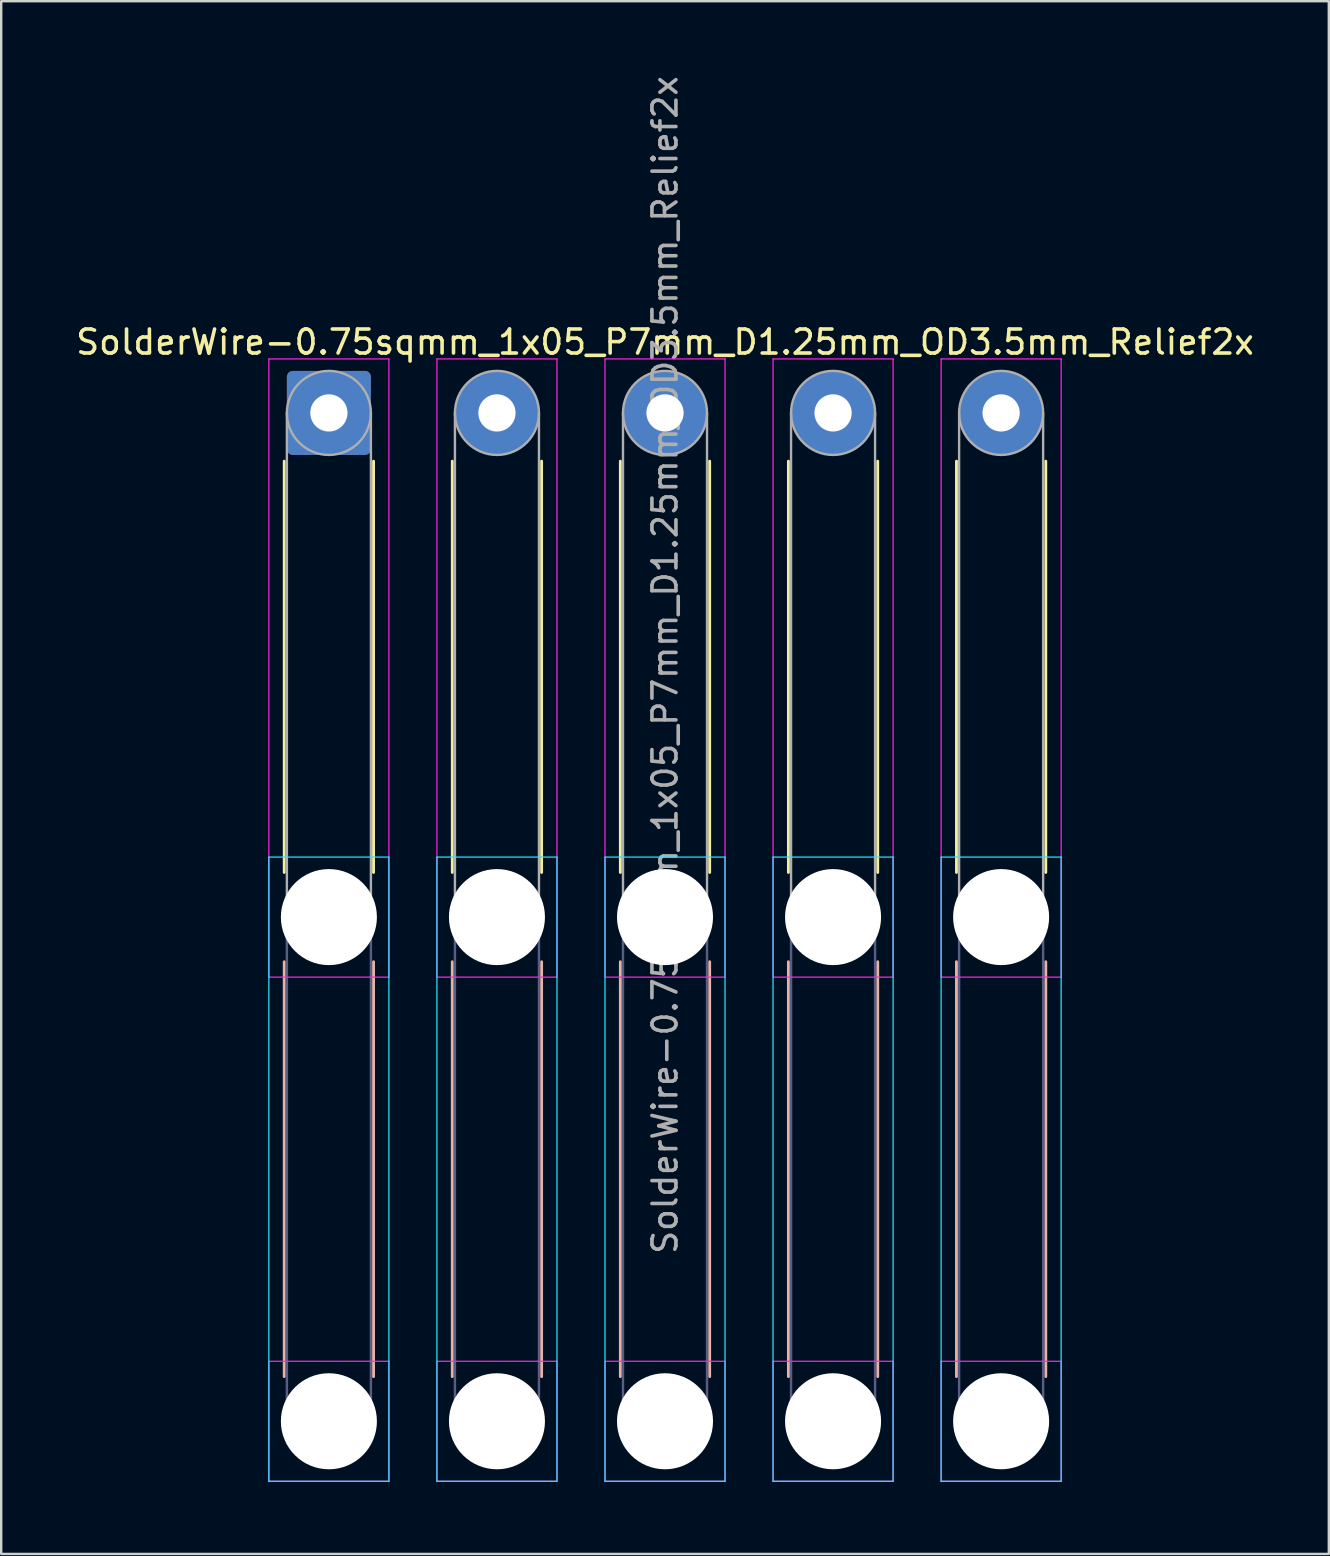
<source format=kicad_pcb>
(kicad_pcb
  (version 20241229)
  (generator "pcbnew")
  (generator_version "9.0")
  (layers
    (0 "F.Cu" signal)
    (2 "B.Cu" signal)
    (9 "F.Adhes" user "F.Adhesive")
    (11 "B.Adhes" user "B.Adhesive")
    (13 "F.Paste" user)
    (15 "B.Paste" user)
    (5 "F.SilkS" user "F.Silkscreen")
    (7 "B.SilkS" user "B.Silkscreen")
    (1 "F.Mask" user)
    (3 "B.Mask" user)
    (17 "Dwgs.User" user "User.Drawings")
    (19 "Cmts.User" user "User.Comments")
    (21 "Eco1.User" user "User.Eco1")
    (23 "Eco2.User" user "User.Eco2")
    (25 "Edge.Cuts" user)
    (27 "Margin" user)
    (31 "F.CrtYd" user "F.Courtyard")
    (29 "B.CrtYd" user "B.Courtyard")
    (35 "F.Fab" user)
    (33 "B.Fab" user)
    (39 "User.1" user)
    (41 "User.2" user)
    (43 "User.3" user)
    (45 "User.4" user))
  (footprint "SolderWire-0.75sqmm_1x05_P7mm_D1.25mm_OD3.5mm_Relief2x"
    (layer "F.Cu")
    (at 10.649 14.149)
    (property "Reference" "SolderWire-0.75sqmm_1x05_P7mm_D1.25mm_OD3.5mm_Relief2x" (at 14 -2.95 0) (layer "F.SilkS") (effects (font (size 1 1) (thickness 0.15))))
    (attr exclude_from_pos_files exclude_from_bom)
    (fp_line (start -1.86 2.01) (end -1.86 19.14) (stroke (width 0.12) (type solid)) (layer "F.SilkS"))
    (fp_line (start 1.86 2.01) (end 1.86 19.14) (stroke (width 0.12) (type solid)) (layer "F.SilkS"))
    (fp_line (start 5.14 2.01) (end 5.14 19.14) (stroke (width 0.12) (type solid)) (layer "F.SilkS"))
    (fp_line (start 8.86 2.01) (end 8.86 19.14) (stroke (width 0.12) (type solid)) (layer "F.SilkS"))
    (fp_line (start 12.14 2.01) (end 12.14 19.14) (stroke (width 0.12) (type solid)) (layer "F.SilkS"))
    (fp_line (start 15.86 2.01) (end 15.86 19.14) (stroke (width 0.12) (type solid)) (layer "F.SilkS"))
    (fp_line (start 19.14 2.01) (end 19.14 19.14) (stroke (width 0.12) (type solid)) (layer "F.SilkS"))
    (fp_line (start 22.86 2.01) (end 22.86 19.14) (stroke (width 0.12) (type solid)) (layer "F.SilkS"))
    (fp_line (start 26.14 2.01) (end 26.14 19.14) (stroke (width 0.12) (type solid)) (layer "F.SilkS"))
    (fp_line (start 29.86 2.01) (end 29.86 19.14) (stroke (width 0.12) (type solid)) (layer "F.SilkS"))
    (fp_line (start -1.86 22.86) (end -1.86 40.14) (stroke (width 0.12) (type solid)) (layer "B.SilkS"))
    (fp_line (start 1.86 22.86) (end 1.86 40.14) (stroke (width 0.12) (type solid)) (layer "B.SilkS"))
    (fp_line (start 5.14 22.86) (end 5.14 40.14) (stroke (width 0.12) (type solid)) (layer "B.SilkS"))
    (fp_line (start 8.86 22.86) (end 8.86 40.14) (stroke (width 0.12) (type solid)) (layer "B.SilkS"))
    (fp_line (start 12.14 22.86) (end 12.14 40.14) (stroke (width 0.12) (type solid)) (layer "B.SilkS"))
    (fp_line (start 15.86 22.86) (end 15.86 40.14) (stroke (width 0.12) (type solid)) (layer "B.SilkS"))
    (fp_line (start 19.14 22.86) (end 19.14 40.14) (stroke (width 0.12) (type solid)) (layer "B.SilkS"))
    (fp_line (start 22.86 22.86) (end 22.86 40.14) (stroke (width 0.12) (type solid)) (layer "B.SilkS"))
    (fp_line (start 26.14 22.86) (end 26.14 40.14) (stroke (width 0.12) (type solid)) (layer "B.SilkS"))
    (fp_line (start 29.86 22.86) (end 29.86 40.14) (stroke (width 0.12) (type solid)) (layer "B.SilkS"))
    (fp_line (start -2.5 18.5) (end -2.5 44.5) (stroke (width 0.05) (type solid)) (layer "B.CrtYd"))
    (fp_line (start -2.5 44.5) (end 2.5 44.5) (stroke (width 0.05) (type solid)) (layer "B.CrtYd"))
    (fp_line (start 2.5 18.5) (end -2.5 18.5) (stroke (width 0.05) (type solid)) (layer "B.CrtYd"))
    (fp_line (start 2.5 44.5) (end 2.5 18.5) (stroke (width 0.05) (type solid)) (layer "B.CrtYd"))
    (fp_line (start 4.5 18.5) (end 4.5 44.5) (stroke (width 0.05) (type solid)) (layer "B.CrtYd"))
    (fp_line (start 4.5 44.5) (end 9.5 44.5) (stroke (width 0.05) (type solid)) (layer "B.CrtYd"))
    (fp_line (start 9.5 18.5) (end 4.5 18.5) (stroke (width 0.05) (type solid)) (layer "B.CrtYd"))
    (fp_line (start 9.5 44.5) (end 9.5 18.5) (stroke (width 0.05) (type solid)) (layer "B.CrtYd"))
    (fp_line (start 11.5 18.5) (end 11.5 44.5) (stroke (width 0.05) (type solid)) (layer "B.CrtYd"))
    (fp_line (start 11.5 44.5) (end 16.5 44.5) (stroke (width 0.05) (type solid)) (layer "B.CrtYd"))
    (fp_line (start 16.5 18.5) (end 11.5 18.5) (stroke (width 0.05) (type solid)) (layer "B.CrtYd"))
    (fp_line (start 16.5 44.5) (end 16.5 18.5) (stroke (width 0.05) (type solid)) (layer "B.CrtYd"))
    (fp_line (start 18.5 18.5) (end 18.5 44.5) (stroke (width 0.05) (type solid)) (layer "B.CrtYd"))
    (fp_line (start 18.5 44.5) (end 23.5 44.5) (stroke (width 0.05) (type solid)) (layer "B.CrtYd"))
    (fp_line (start 23.5 18.5) (end 18.5 18.5) (stroke (width 0.05) (type solid)) (layer "B.CrtYd"))
    (fp_line (start 23.5 44.5) (end 23.5 18.5) (stroke (width 0.05) (type solid)) (layer "B.CrtYd"))
    (fp_line (start 25.5 18.5) (end 25.5 44.5) (stroke (width 0.05) (type solid)) (layer "B.CrtYd"))
    (fp_line (start 25.5 44.5) (end 30.5 44.5) (stroke (width 0.05) (type solid)) (layer "B.CrtYd"))
    (fp_line (start 30.5 18.5) (end 25.5 18.5) (stroke (width 0.05) (type solid)) (layer "B.CrtYd"))
    (fp_line (start 30.5 44.5) (end 30.5 18.5) (stroke (width 0.05) (type solid)) (layer "B.CrtYd"))
    (fp_line (start -2.5 -2.25) (end -2.5 23.5) (stroke (width 0.05) (type solid)) (layer "F.CrtYd"))
    (fp_line (start -2.5 23.5) (end 2.5 23.5) (stroke (width 0.05) (type solid)) (layer "F.CrtYd"))
    (fp_line (start -2.5 39.5) (end -2.5 44.5) (stroke (width 0.05) (type solid)) (layer "F.CrtYd"))
    (fp_line (start -2.5 44.5) (end 2.5 44.5) (stroke (width 0.05) (type solid)) (layer "F.CrtYd"))
    (fp_line (start 2.5 -2.25) (end -2.5 -2.25) (stroke (width 0.05) (type solid)) (layer "F.CrtYd"))
    (fp_line (start 2.5 23.5) (end 2.5 -2.25) (stroke (width 0.05) (type solid)) (layer "F.CrtYd"))
    (fp_line (start 2.5 39.5) (end -2.5 39.5) (stroke (width 0.05) (type solid)) (layer "F.CrtYd"))
    (fp_line (start 2.5 44.5) (end 2.5 39.5) (stroke (width 0.05) (type solid)) (layer "F.CrtYd"))
    (fp_line (start 4.5 -2.25) (end 4.5 23.5) (stroke (width 0.05) (type solid)) (layer "F.CrtYd"))
    (fp_line (start 4.5 23.5) (end 9.5 23.5) (stroke (width 0.05) (type solid)) (layer "F.CrtYd"))
    (fp_line (start 4.5 39.5) (end 4.5 44.5) (stroke (width 0.05) (type solid)) (layer "F.CrtYd"))
    (fp_line (start 4.5 44.5) (end 9.5 44.5) (stroke (width 0.05) (type solid)) (layer "F.CrtYd"))
    (fp_line (start 9.5 -2.25) (end 4.5 -2.25) (stroke (width 0.05) (type solid)) (layer "F.CrtYd"))
    (fp_line (start 9.5 23.5) (end 9.5 -2.25) (stroke (width 0.05) (type solid)) (layer "F.CrtYd"))
    (fp_line (start 9.5 39.5) (end 4.5 39.5) (stroke (width 0.05) (type solid)) (layer "F.CrtYd"))
    (fp_line (start 9.5 44.5) (end 9.5 39.5) (stroke (width 0.05) (type solid)) (layer "F.CrtYd"))
    (fp_line (start 11.5 -2.25) (end 11.5 23.5) (stroke (width 0.05) (type solid)) (layer "F.CrtYd"))
    (fp_line (start 11.5 23.5) (end 16.5 23.5) (stroke (width 0.05) (type solid)) (layer "F.CrtYd"))
    (fp_line (start 11.5 39.5) (end 11.5 44.5) (stroke (width 0.05) (type solid)) (layer "F.CrtYd"))
    (fp_line (start 11.5 44.5) (end 16.5 44.5) (stroke (width 0.05) (type solid)) (layer "F.CrtYd"))
    (fp_line (start 16.5 -2.25) (end 11.5 -2.25) (stroke (width 0.05) (type solid)) (layer "F.CrtYd"))
    (fp_line (start 16.5 23.5) (end 16.5 -2.25) (stroke (width 0.05) (type solid)) (layer "F.CrtYd"))
    (fp_line (start 16.5 39.5) (end 11.5 39.5) (stroke (width 0.05) (type solid)) (layer "F.CrtYd"))
    (fp_line (start 16.5 44.5) (end 16.5 39.5) (stroke (width 0.05) (type solid)) (layer "F.CrtYd"))
    (fp_line (start 18.5 -2.25) (end 18.5 23.5) (stroke (width 0.05) (type solid)) (layer "F.CrtYd"))
    (fp_line (start 18.5 23.5) (end 23.5 23.5) (stroke (width 0.05) (type solid)) (layer "F.CrtYd"))
    (fp_line (start 18.5 39.5) (end 18.5 44.5) (stroke (width 0.05) (type solid)) (layer "F.CrtYd"))
    (fp_line (start 18.5 44.5) (end 23.5 44.5) (stroke (width 0.05) (type solid)) (layer "F.CrtYd"))
    (fp_line (start 23.5 -2.25) (end 18.5 -2.25) (stroke (width 0.05) (type solid)) (layer "F.CrtYd"))
    (fp_line (start 23.5 23.5) (end 23.5 -2.25) (stroke (width 0.05) (type solid)) (layer "F.CrtYd"))
    (fp_line (start 23.5 39.5) (end 18.5 39.5) (stroke (width 0.05) (type solid)) (layer "F.CrtYd"))
    (fp_line (start 23.5 44.5) (end 23.5 39.5) (stroke (width 0.05) (type solid)) (layer "F.CrtYd"))
    (fp_line (start 25.5 -2.25) (end 25.5 23.5) (stroke (width 0.05) (type solid)) (layer "F.CrtYd"))
    (fp_line (start 25.5 23.5) (end 30.5 23.5) (stroke (width 0.05) (type solid)) (layer "F.CrtYd"))
    (fp_line (start 25.5 39.5) (end 25.5 44.5) (stroke (width 0.05) (type solid)) (layer "F.CrtYd"))
    (fp_line (start 25.5 44.5) (end 30.5 44.5) (stroke (width 0.05) (type solid)) (layer "F.CrtYd"))
    (fp_line (start 30.5 -2.25) (end 25.5 -2.25) (stroke (width 0.05) (type solid)) (layer "F.CrtYd"))
    (fp_line (start 30.5 23.5) (end 30.5 -2.25) (stroke (width 0.05) (type solid)) (layer "F.CrtYd"))
    (fp_line (start 30.5 39.5) (end 25.5 39.5) (stroke (width 0.05) (type solid)) (layer "F.CrtYd"))
    (fp_line (start 30.5 44.5) (end 30.5 39.5) (stroke (width 0.05) (type solid)) (layer "F.CrtYd"))
    (fp_line (start -1.75 21) (end -1.75 42) (stroke (width 0.1) (type solid)) (layer "B.Fab"))
    (fp_line (start 1.75 21) (end 1.75 42) (stroke (width 0.1) (type solid)) (layer "B.Fab"))
    (fp_line (start 5.25 21) (end 5.25 42) (stroke (width 0.1) (type solid)) (layer "B.Fab"))
    (fp_line (start 8.75 21) (end 8.75 42) (stroke (width 0.1) (type solid)) (layer "B.Fab"))
    (fp_line (start 12.25 21) (end 12.25 42) (stroke (width 0.1) (type solid)) (layer "B.Fab"))
    (fp_line (start 15.75 21) (end 15.75 42) (stroke (width 0.1) (type solid)) (layer "B.Fab"))
    (fp_line (start 19.25 21) (end 19.25 42) (stroke (width 0.1) (type solid)) (layer "B.Fab"))
    (fp_line (start 22.75 21) (end 22.75 42) (stroke (width 0.1) (type solid)) (layer "B.Fab"))
    (fp_line (start 26.25 21) (end 26.25 42) (stroke (width 0.1) (type solid)) (layer "B.Fab"))
    (fp_line (start 29.75 21) (end 29.75 42) (stroke (width 0.1) (type solid)) (layer "B.Fab"))
    (fp_circle (center 0 21) (end 1.75 21) (stroke (width 0.1) (type solid)) (fill no) (layer "B.Fab"))
    (fp_circle (center 0 42) (end 1.75 42) (stroke (width 0.1) (type solid)) (fill no) (layer "B.Fab"))
    (fp_circle (center 7 21) (end 8.75 21) (stroke (width 0.1) (type solid)) (fill no) (layer "B.Fab"))
    (fp_circle (center 7 42) (end 8.75 42) (stroke (width 0.1) (type solid)) (fill no) (layer "B.Fab"))
    (fp_circle (center 14 21) (end 15.75 21) (stroke (width 0.1) (type solid)) (fill no) (layer "B.Fab"))
    (fp_circle (center 14 42) (end 15.75 42) (stroke (width 0.1) (type solid)) (fill no) (layer "B.Fab"))
    (fp_circle (center 21 21) (end 22.75 21) (stroke (width 0.1) (type solid)) (fill no) (layer "B.Fab"))
    (fp_circle (center 21 42) (end 22.75 42) (stroke (width 0.1) (type solid)) (fill no) (layer "B.Fab"))
    (fp_circle (center 28 21) (end 29.75 21) (stroke (width 0.1) (type solid)) (fill no) (layer "B.Fab"))
    (fp_circle (center 28 42) (end 29.75 42) (stroke (width 0.1) (type solid)) (fill no) (layer "B.Fab"))
    (fp_line (start -1.75 0) (end -1.75 21) (stroke (width 0.1) (type solid)) (layer "F.Fab"))
    (fp_line (start 1.75 0) (end 1.75 21) (stroke (width 0.1) (type solid)) (layer "F.Fab"))
    (fp_line (start 5.25 0) (end 5.25 21) (stroke (width 0.1) (type solid)) (layer "F.Fab"))
    (fp_line (start 8.75 0) (end 8.75 21) (stroke (width 0.1) (type solid)) (layer "F.Fab"))
    (fp_line (start 12.25 0) (end 12.25 21) (stroke (width 0.1) (type solid)) (layer "F.Fab"))
    (fp_line (start 15.75 0) (end 15.75 21) (stroke (width 0.1) (type solid)) (layer "F.Fab"))
    (fp_line (start 19.25 0) (end 19.25 21) (stroke (width 0.1) (type solid)) (layer "F.Fab"))
    (fp_line (start 22.75 0) (end 22.75 21) (stroke (width 0.1) (type solid)) (layer "F.Fab"))
    (fp_line (start 26.25 0) (end 26.25 21) (stroke (width 0.1) (type solid)) (layer "F.Fab"))
    (fp_line (start 29.75 0) (end 29.75 21) (stroke (width 0.1) (type solid)) (layer "F.Fab"))
    (fp_circle (center 0 0) (end 1.75 0) (stroke (width 0.1) (type solid)) (fill no) (layer "F.Fab"))
    (fp_circle (center 0 21) (end 1.75 21) (stroke (width 0.1) (type solid)) (fill no) (layer "F.Fab"))
    (fp_circle (center 0 42) (end 1.75 42) (stroke (width 0.1) (type solid)) (fill no) (layer "F.Fab"))
    (fp_circle (center 7 0) (end 8.75 0) (stroke (width 0.1) (type solid)) (fill no) (layer "F.Fab"))
    (fp_circle (center 7 21) (end 8.75 21) (stroke (width 0.1) (type solid)) (fill no) (layer "F.Fab"))
    (fp_circle (center 7 42) (end 8.75 42) (stroke (width 0.1) (type solid)) (fill no) (layer "F.Fab"))
    (fp_circle (center 14 0) (end 15.75 0) (stroke (width 0.1) (type solid)) (fill no) (layer "F.Fab"))
    (fp_circle (center 14 21) (end 15.75 21) (stroke (width 0.1) (type solid)) (fill no) (layer "F.Fab"))
    (fp_circle (center 14 42) (end 15.75 42) (stroke (width 0.1) (type solid)) (fill no) (layer "F.Fab"))
    (fp_circle (center 21 0) (end 22.75 0) (stroke (width 0.1) (type solid)) (fill no) (layer "F.Fab"))
    (fp_circle (center 21 21) (end 22.75 21) (stroke (width 0.1) (type solid)) (fill no) (layer "F.Fab"))
    (fp_circle (center 21 42) (end 22.75 42) (stroke (width 0.1) (type solid)) (fill no) (layer "F.Fab"))
    (fp_circle (center 28 0) (end 29.75 0) (stroke (width 0.1) (type solid)) (fill no) (layer "F.Fab"))
    (fp_circle (center 28 21) (end 29.75 21) (stroke (width 0.1) (type solid)) (fill no) (layer "F.Fab"))
    (fp_circle (center 28 42) (end 29.75 42) (stroke (width 0.1) (type solid)) (fill no) (layer "F.Fab"))
    (fp_text user "${REFERENCE}" (at 14 10.5 90) (layer "F.Fab") (effects (font (size 1 1) (thickness 0.15))))
    (pad "" np_thru_hole circle (at 0 21) (size 4 4) (drill 4) (layers "*.Cu" "*.Mask"))
    (pad "" np_thru_hole circle (at 0 42) (size 4 4) (drill 4) (layers "*.Cu" "*.Mask"))
    (pad "" np_thru_hole circle (at 7 21) (size 4 4) (drill 4) (layers "*.Cu" "*.Mask"))
    (pad "" np_thru_hole circle (at 7 42) (size 4 4) (drill 4) (layers "*.Cu" "*.Mask"))
    (pad "" np_thru_hole circle (at 14 21) (size 4 4) (drill 4) (layers "*.Cu" "*.Mask"))
    (pad "" np_thru_hole circle (at 14 42) (size 4 4) (drill 4) (layers "*.Cu" "*.Mask"))
    (pad "" np_thru_hole circle (at 21 21) (size 4 4) (drill 4) (layers "*.Cu" "*.Mask"))
    (pad "" np_thru_hole circle (at 21 42) (size 4 4) (drill 4) (layers "*.Cu" "*.Mask"))
    (pad "" np_thru_hole circle (at 28 21) (size 4 4) (drill 4) (layers "*.Cu" "*.Mask"))
    (pad "" np_thru_hole circle (at 28 42) (size 4 4) (drill 4) (layers "*.Cu" "*.Mask"))
    (pad "1" thru_hole roundrect (at 0 0) (size 3.5 3.5) (drill 1.55) (layers "*.Cu" "*.Mask") (roundrect_rratio 0.071))
    (pad "2" thru_hole circle (at 7 0) (size 3.5 3.5) (drill 1.55) (layers "*.Cu" "*.Mask"))
    (pad "3" thru_hole circle (at 14 0) (size 3.5 3.5) (drill 1.55) (layers "*.Cu" "*.Mask"))
    (pad "4" thru_hole circle (at 21 0) (size 3.5 3.5) (drill 1.55) (layers "*.Cu" "*.Mask"))
    (pad "5" thru_hole circle (at 28 0) (size 3.5 3.5) (drill 1.55) (layers "*.Cu" "*.Mask")))
  (gr_rect
    (start -3 -3)
    (end 52.298 61.674)
    (stroke (width 0.1) (type default))
    (fill no)
    (layer "Edge.Cuts")))
</source>
